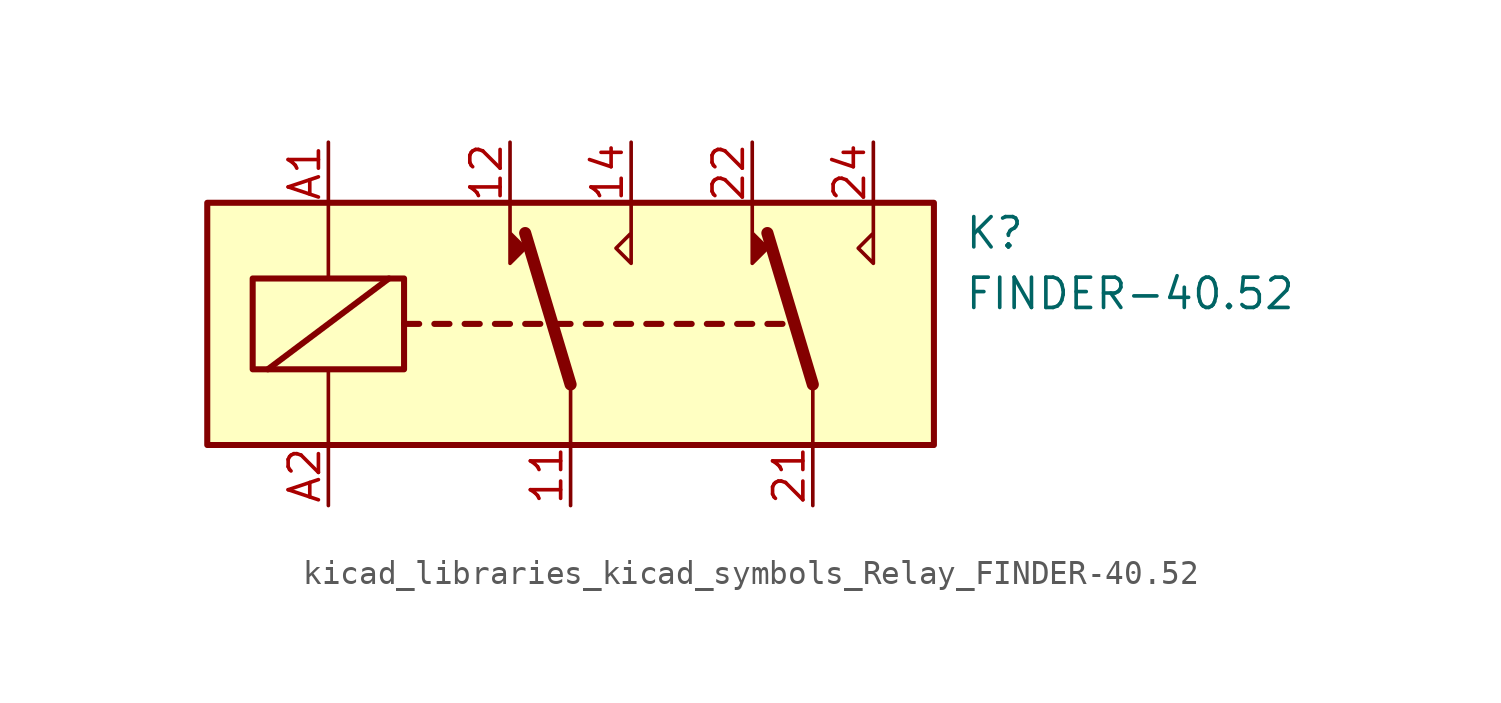
<source format=kicad_sym>
(kicad_symbol_lib
  (version 20220914)
  (generator kicad_symbol_editor)
  (symbol "kicad_libraries_kicad_symbols_Relay_FINDER-40.52"
    (property "Reference" "K"
      (at 16.51 3.81 0)
      (effects (font (size 1.27 1.27)) (justify left)))
    (property "Value" "FINDER-40.52"
      (at 16.51 1.27 0)
      (effects (font (size 1.27 1.27)) (justify left)))
    (symbol "kicad_libraries_kicad_symbols_Relay_FINDER-40.52_0_1"
      (rectangle (start -15.24 5.08) (end 15.24 -5.08) (stroke (width 0.254) (type default)) (fill (type background)))
      (rectangle (start -13.335 1.905) (end -6.985 -1.905) (stroke (width 0.254) (type default)) (fill (type none)))
      (polyline (pts (xy -12.7 -1.905) (xy -7.62 1.905)) (stroke (width 0.254) (type default)) (fill (type none)))
      (polyline (pts (xy -10.16 -5.08) (xy -10.16 -1.905)) (stroke (width 0) (type default)) (fill (type none)))
      (polyline (pts (xy -10.16 5.08) (xy -10.16 1.905)) (stroke (width 0) (type default)) (fill (type none)))
      (polyline (pts (xy -6.985 0) (xy -6.35 0)) (stroke (width 0.254) (type default)) (fill (type none)))
      (polyline (pts (xy -5.715 0) (xy -5.08 0)) (stroke (width 0.254) (type default)) (fill (type none)))
      (polyline (pts (xy -4.445 0) (xy -3.81 0)) (stroke (width 0.254) (type default)) (fill (type none)))
      (polyline (pts (xy -3.175 0) (xy -2.54 0)) (stroke (width 0.254) (type default)) (fill (type none)))
      (polyline (pts (xy -1.905 0) (xy -1.27 0)) (stroke (width 0.254) (type default)) (fill (type none)))
      (polyline (pts (xy -0.635 0) (xy 0 0)) (stroke (width 0.254) (type default)) (fill (type none)))
      (polyline (pts (xy 0 -2.54) (xy -1.905 3.81)) (stroke (width 0.508) (type default)) (fill (type none)))
      (polyline (pts (xy 0 -2.54) (xy 0 -5.08)) (stroke (width 0) (type default)) (fill (type none)))
      (polyline (pts (xy 0.635 0) (xy 1.27 0)) (stroke (width 0.254) (type default)) (fill (type none)))
      (polyline (pts (xy 1.905 0) (xy 2.54 0)) (stroke (width 0.254) (type default)) (fill (type none)))
      (polyline (pts (xy 3.175 0) (xy 3.81 0)) (stroke (width 0.254) (type default)) (fill (type none)))
      (polyline (pts (xy 4.445 0) (xy 5.08 0)) (stroke (width 0.254) (type default)) (fill (type none)))
      (polyline (pts (xy 5.715 0) (xy 6.35 0)) (stroke (width 0.254) (type default)) (fill (type none)))
      (polyline (pts (xy 6.985 0) (xy 7.62 0)) (stroke (width 0.254) (type default)) (fill (type none)))
      (polyline (pts (xy 8.255 0) (xy 8.89 0)) (stroke (width 0.254) (type default)) (fill (type none)))
      (polyline (pts (xy 10.16 -2.54) (xy 8.255 3.81)) (stroke (width 0.508) (type default)) (fill (type none)))
      (polyline (pts (xy 10.16 -2.54) (xy 10.16 -5.08)) (stroke (width 0) (type default)) (fill (type none)))
      (polyline (pts (xy -2.54 5.08) (xy -2.54 2.54) (xy -1.905 3.175) (xy -2.54 3.81)) (stroke (width 0) (type default)) (fill (type outline)))
      (polyline (pts (xy 2.54 5.08) (xy 2.54 2.54) (xy 1.905 3.175) (xy 2.54 3.81)) (stroke (width 0) (type default)) (fill (type none)))
      (polyline (pts (xy 7.62 5.08) (xy 7.62 2.54) (xy 8.255 3.175) (xy 7.62 3.81)) (stroke (width 0) (type default)) (fill (type outline)))
      (polyline (pts (xy 12.7 5.08) (xy 12.7 2.54) (xy 12.065 3.175) (xy 12.7 3.81)) (stroke (width 0) (type default)) (fill (type none))))
    (symbol "kicad_libraries_kicad_symbols_Relay_FINDER-40.52_1_1"
      (pin passive line (at 0 -7.62 90) (length 2.54) (name "~" (effects (font (size 1.27 1.27)))) (number "11" (effects (font (size 1.27 1.27)))))
      (pin passive line (at -2.54 7.62 270) (length 2.54) (name "~" (effects (font (size 1.27 1.27)))) (number "12" (effects (font (size 1.27 1.27)))))
      (pin passive line (at 2.54 7.62 270) (length 2.54) (name "~" (effects (font (size 1.27 1.27)))) (number "14" (effects (font (size 1.27 1.27)))))
      (pin passive line (at 10.16 -7.62 90) (length 2.54) (name "~" (effects (font (size 1.27 1.27)))) (number "21" (effects (font (size 1.27 1.27)))))
      (pin passive line (at 7.62 7.62 270) (length 2.54) (name "~" (effects (font (size 1.27 1.27)))) (number "22" (effects (font (size 1.27 1.27)))))
      (pin passive line (at 12.7 7.62 270) (length 2.54) (name "~" (effects (font (size 1.27 1.27)))) (number "24" (effects (font (size 1.27 1.27)))))
      (pin passive line (at -10.16 7.62 270) (length 2.54) (name "~" (effects (font (size 1.27 1.27)))) (number "A1" (effects (font (size 1.27 1.27)))))
      (pin passive line (at -10.16 -7.62 90) (length 2.54) (name "~" (effects (font (size 1.27 1.27)))) (number "A2" (effects (font (size 1.27 1.27))))))))
</source>
